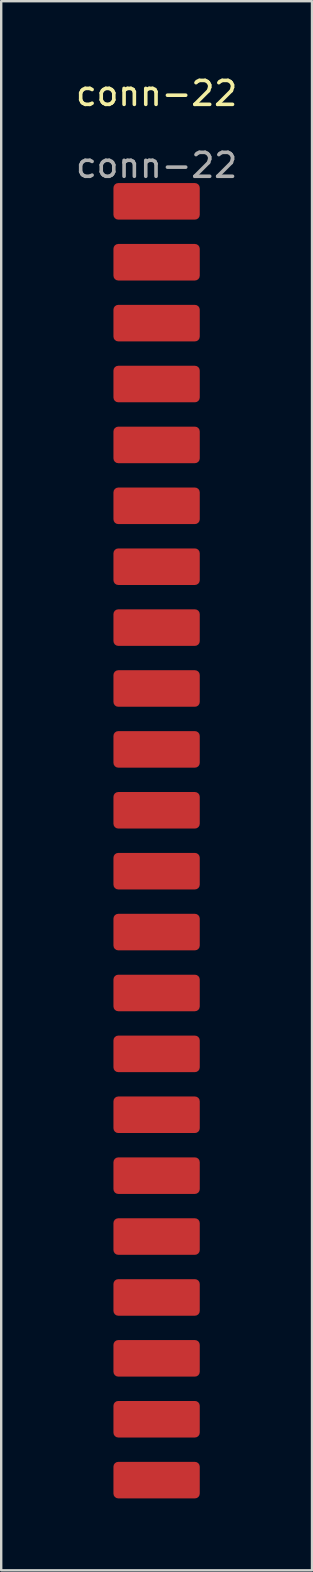
<source format=kicad_pcb>
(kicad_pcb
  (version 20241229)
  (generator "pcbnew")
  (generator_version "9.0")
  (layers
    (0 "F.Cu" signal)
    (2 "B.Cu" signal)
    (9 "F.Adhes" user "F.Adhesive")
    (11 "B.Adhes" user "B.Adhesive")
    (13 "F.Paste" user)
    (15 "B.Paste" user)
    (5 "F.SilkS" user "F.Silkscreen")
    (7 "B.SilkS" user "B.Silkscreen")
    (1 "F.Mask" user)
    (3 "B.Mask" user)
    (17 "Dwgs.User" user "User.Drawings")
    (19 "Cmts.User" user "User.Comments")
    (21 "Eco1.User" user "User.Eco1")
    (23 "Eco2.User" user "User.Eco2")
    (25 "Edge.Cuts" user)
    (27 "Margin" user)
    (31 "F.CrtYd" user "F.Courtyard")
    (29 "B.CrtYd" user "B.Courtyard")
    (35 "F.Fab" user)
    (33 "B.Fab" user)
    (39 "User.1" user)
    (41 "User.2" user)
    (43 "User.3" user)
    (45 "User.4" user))
  (footprint "conn-22"
    (layer "F.Cu")
    (at 3.482 5.348)
    (property "Reference" "conn-22" (at 0 -4.5 0) (unlocked yes) (layer "F.SilkS") (effects (font (size 1 1) (thickness 0.15))))
    (attr smd)
    (fp_text user "${REFERENCE}" (at 0 -1.5 0) (unlocked yes) (layer "F.Fab") (effects (font (size 1 1) (thickness 0.15))))
    (pad "1" smd roundrect (at 0 0) (size 3.6 1.524) (layers "F.Cu" "F.Mask" "F.Paste") (roundrect_rratio 0.131))
    (pad "2" smd roundrect (at 0 2.54) (size 3.6 1.524) (layers "F.Cu" "F.Mask" "F.Paste") (roundrect_rratio 0.131))
    (pad "3" smd roundrect (at 0 5.08) (size 3.6 1.524) (layers "F.Cu" "F.Mask" "F.Paste") (roundrect_rratio 0.131))
    (pad "4" smd roundrect (at 0 7.62) (size 3.6 1.524) (layers "F.Cu" "F.Mask" "F.Paste") (roundrect_rratio 0.131))
    (pad "5" smd roundrect (at 0 10.16) (size 3.6 1.524) (layers "F.Cu" "F.Mask" "F.Paste") (roundrect_rratio 0.131))
    (pad "6" smd roundrect (at 0 12.7) (size 3.6 1.524) (layers "F.Cu" "F.Mask" "F.Paste") (roundrect_rratio 0.131))
    (pad "7" smd roundrect (at 0 15.24) (size 3.6 1.524) (layers "F.Cu" "F.Mask" "F.Paste") (roundrect_rratio 0.131))
    (pad "8" smd roundrect (at 0 17.78) (size 3.6 1.524) (layers "F.Cu" "F.Mask" "F.Paste") (roundrect_rratio 0.131))
    (pad "9" smd roundrect (at 0 20.32) (size 3.6 1.524) (layers "F.Cu" "F.Mask" "F.Paste") (roundrect_rratio 0.131))
    (pad "10" smd roundrect (at 0 22.86) (size 3.6 1.524) (layers "F.Cu" "F.Mask" "F.Paste") (roundrect_rratio 0.131))
    (pad "11" smd roundrect (at 0 25.4) (size 3.6 1.524) (layers "F.Cu" "F.Mask" "F.Paste") (roundrect_rratio 0.131))
    (pad "12" smd roundrect (at 0 27.94) (size 3.6 1.524) (layers "F.Cu" "F.Mask" "F.Paste") (roundrect_rratio 0.131))
    (pad "13" smd roundrect (at 0 30.48) (size 3.6 1.524) (layers "F.Cu" "F.Mask" "F.Paste") (roundrect_rratio 0.131))
    (pad "14" smd roundrect (at 0 33.02) (size 3.6 1.524) (layers "F.Cu" "F.Mask" "F.Paste") (roundrect_rratio 0.131))
    (pad "15" smd roundrect (at 0 35.56) (size 3.6 1.524) (layers "F.Cu" "F.Mask" "F.Paste") (roundrect_rratio 0.131))
    (pad "16" smd roundrect (at 0 38.1) (size 3.6 1.524) (layers "F.Cu" "F.Mask" "F.Paste") (roundrect_rratio 0.131))
    (pad "17" smd roundrect (at 0 40.64) (size 3.6 1.524) (layers "F.Cu" "F.Mask" "F.Paste") (roundrect_rratio 0.131))
    (pad "18" smd roundrect (at 0 43.18) (size 3.6 1.524) (layers "F.Cu" "F.Mask" "F.Paste") (roundrect_rratio 0.131))
    (pad "19" smd roundrect (at 0 45.72) (size 3.6 1.524) (layers "F.Cu" "F.Mask" "F.Paste") (roundrect_rratio 0.131))
    (pad "20" smd roundrect (at 0 48.26) (size 3.6 1.524) (layers "F.Cu" "F.Mask" "F.Paste") (roundrect_rratio 0.131))
    (pad "21" smd roundrect (at 0 50.8) (size 3.6 1.524) (layers "F.Cu" "F.Mask" "F.Paste") (roundrect_rratio 0.131))
    (pad "22" smd roundrect (at 0 53.34) (size 3.6 1.524) (layers "F.Cu" "F.Mask" "F.Paste") (roundrect_rratio 0.131)))
  (gr_rect
    (start -3 -3)
    (end 9.964 62.45)
    (stroke (width 0.1) (type default))
    (fill no)
    (layer "Edge.Cuts")))
</source>
